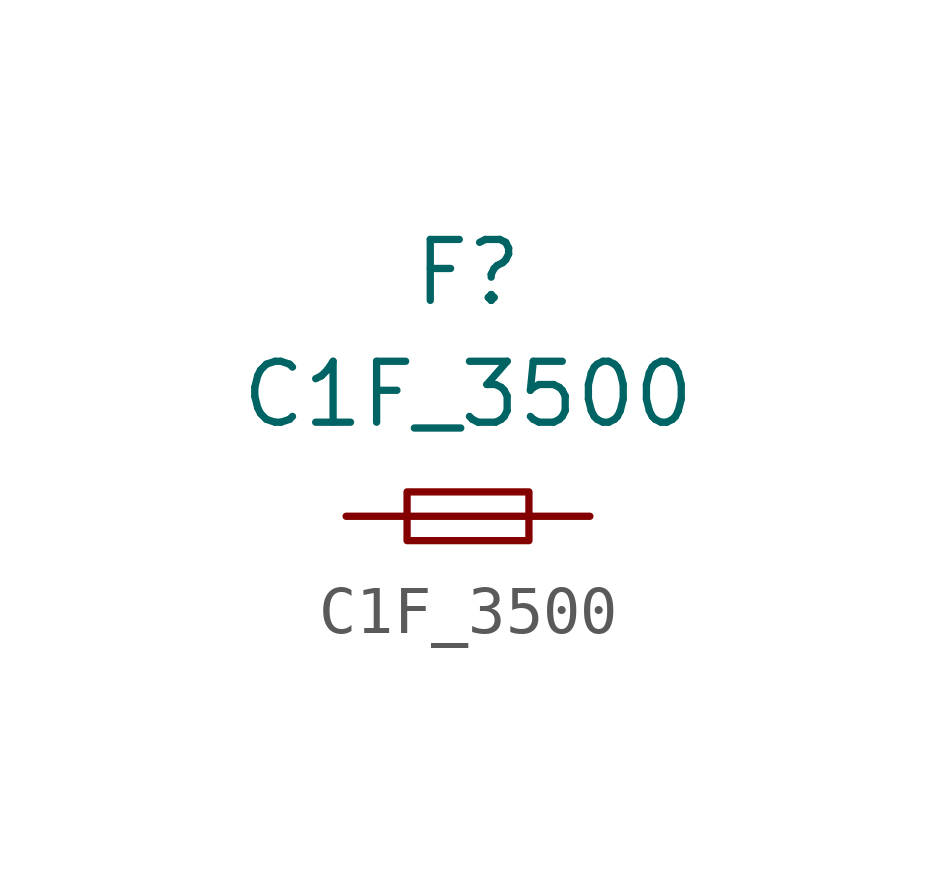
<source format=kicad_sym>
(kicad_symbol_lib
  (version 20210619)
  (generator kicad_symbol_editor)
  (symbol "ulib_Fuse_SMD:C1F_3500"
    (pin_numbers hide)
    (pin_names hide)
    (property "Reference" "F"
      (at 0 5.08 0)
      (effects (font (size 1.27 1.27))))
    (property "Value" "C1F_3500"
      (at 0 2.54 0)
      (effects (font (size 1.27 1.27))))
    (symbol "C1F_3500_0_1"
      (rectangle (start -1.27 0.508) (end 1.27 -0.508) (stroke (width 0)) (fill (type none)))
      (polyline (pts (xy -1.27 0) (xy 1.27 0)) (stroke (width 0)) (fill (type none))))
    (symbol "C1F_3500_1_1"
      (pin passive line (at -2.54 0 0) (length 1.27) (name "~" (effects (font (size 1.27 1.27)))) (number "1" (effects (font (size 1.27 1.27)))))
      (pin passive line (at 2.54 0 180) (length 1.27) (name "~" (effects (font (size 1.27 1.27)))) (number "2" (effects (font (size 1.27 1.27))))))))
</source>
